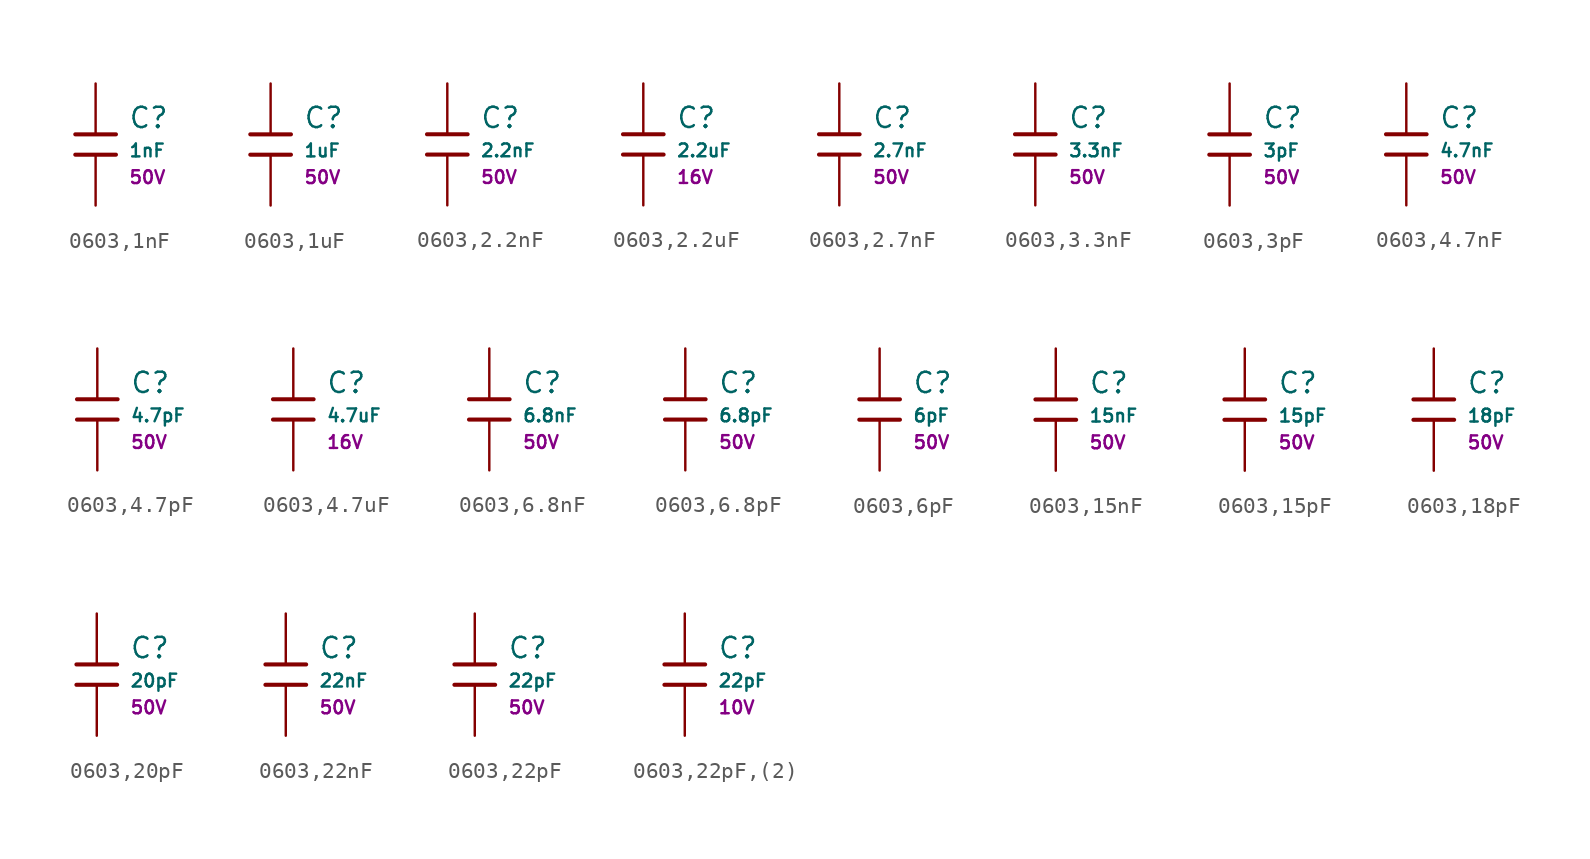
<source format=kicad_sym>
(kicad_symbol_lib
  (version 20231120)
  (generator "CDFER")
  (generator_version "8.0")
  (symbol "0603,1nF"
    (pin_numbers hide)
    (pin_names
      (offset 0))
    (property "Reference" "C"
      (at 2.032 1.668 0)
      (effects (font (size 1.27 1.27)) (justify left)))
    (property "Value" "1nF"
      (at 2.032 -0.378 0)
      (effects (font (size 0.8 0.8)) (justify left)))
    (property "Voltage Rated" "50V"
      (at 2.032 -2.046 0)
      (effects (font (size 0.8 0.8)) (justify left)))
    (symbol "0603,1nF_0_1"
      (polyline (pts (xy -1.27 0.635) (xy 1.27 0.635)) (stroke (width 0.254) (type default)) (fill (type none))))
    (symbol "0603,1nF_0_1"
      (polyline (pts (xy -1.27 -0.635) (xy 1.27 -0.635)) (stroke (width 0.254) (type default)) (fill (type none))))
    (symbol "0603,1nF_1_1"
      (pin passive line (at 0 3.81 270) (length 3.175) (name "~" (effects (font (size 1.27 1.27)))) (number "1" (effects (font (size 1.27 1.27)))))
      (pin passive line (at 0 -3.81 90) (length 3.175) (name "~" (effects (font (size 1.27 1.27)))) (number "2" (effects (font (size 1.27 1.27)))))))
  (symbol "0603,1uF"
    (pin_numbers hide)
    (pin_names
      (offset 0))
    (property "Reference" "C"
      (at 2.032 1.668 0)
      (effects (font (size 1.27 1.27)) (justify left)))
    (property "Value" "1uF"
      (at 2.032 -0.378 0)
      (effects (font (size 0.8 0.8)) (justify left)))
    (property "Voltage Rated" "50V"
      (at 2.032 -2.046 0)
      (effects (font (size 0.8 0.8)) (justify left)))
    (symbol "0603,1uF_0_1"
      (polyline (pts (xy -1.27 0.635) (xy 1.27 0.635)) (stroke (width 0.254) (type default)) (fill (type none))))
    (symbol "0603,1uF_0_1"
      (polyline (pts (xy -1.27 -0.635) (xy 1.27 -0.635)) (stroke (width 0.254) (type default)) (fill (type none))))
    (symbol "0603,1uF_1_1"
      (pin passive line (at 0 3.81 270) (length 3.175) (name "~" (effects (font (size 1.27 1.27)))) (number "1" (effects (font (size 1.27 1.27)))))
      (pin passive line (at 0 -3.81 90) (length 3.175) (name "~" (effects (font (size 1.27 1.27)))) (number "2" (effects (font (size 1.27 1.27)))))))
  (symbol "0603,2.2nF"
    (pin_numbers hide)
    (pin_names
      (offset 0))
    (property "Reference" "C"
      (at 2.032 1.668 0)
      (effects (font (size 1.27 1.27)) (justify left)))
    (property "Value" "2.2nF"
      (at 2.032 -0.378 0)
      (effects (font (size 0.8 0.8)) (justify left)))
    (property "Voltage Rated" "50V"
      (at 2.032 -2.046 0)
      (effects (font (size 0.8 0.8)) (justify left)))
    (symbol "0603,2.2nF_0_1"
      (polyline (pts (xy -1.27 0.635) (xy 1.27 0.635)) (stroke (width 0.254) (type default)) (fill (type none))))
    (symbol "0603,2.2nF_0_1"
      (polyline (pts (xy -1.27 -0.635) (xy 1.27 -0.635)) (stroke (width 0.254) (type default)) (fill (type none))))
    (symbol "0603,2.2nF_1_1"
      (pin passive line (at 0 3.81 270) (length 3.175) (name "~" (effects (font (size 1.27 1.27)))) (number "1" (effects (font (size 1.27 1.27)))))
      (pin passive line (at 0 -3.81 90) (length 3.175) (name "~" (effects (font (size 1.27 1.27)))) (number "2" (effects (font (size 1.27 1.27)))))))
  (symbol "0603,2.2uF"
    (pin_numbers hide)
    (pin_names
      (offset 0))
    (property "Reference" "C"
      (at 2.032 1.668 0)
      (effects (font (size 1.27 1.27)) (justify left)))
    (property "Value" "2.2uF"
      (at 2.032 -0.378 0)
      (effects (font (size 0.8 0.8)) (justify left)))
    (property "Voltage Rated" "16V"
      (at 2.032 -2.046 0)
      (effects (font (size 0.8 0.8)) (justify left)))
    (symbol "0603,2.2uF_0_1"
      (polyline (pts (xy -1.27 0.635) (xy 1.27 0.635)) (stroke (width 0.254) (type default)) (fill (type none))))
    (symbol "0603,2.2uF_0_1"
      (polyline (pts (xy -1.27 -0.635) (xy 1.27 -0.635)) (stroke (width 0.254) (type default)) (fill (type none))))
    (symbol "0603,2.2uF_1_1"
      (pin passive line (at 0 3.81 270) (length 3.175) (name "~" (effects (font (size 1.27 1.27)))) (number "1" (effects (font (size 1.27 1.27)))))
      (pin passive line (at 0 -3.81 90) (length 3.175) (name "~" (effects (font (size 1.27 1.27)))) (number "2" (effects (font (size 1.27 1.27)))))))
  (symbol "0603,2.7nF"
    (pin_numbers hide)
    (pin_names
      (offset 0))
    (property "Reference" "C"
      (at 2.032 1.668 0)
      (effects (font (size 1.27 1.27)) (justify left)))
    (property "Value" "2.7nF"
      (at 2.032 -0.378 0)
      (effects (font (size 0.8 0.8)) (justify left)))
    (property "Voltage Rated" "50V"
      (at 2.032 -2.046 0)
      (effects (font (size 0.8 0.8)) (justify left)))
    (symbol "0603,2.7nF_0_1"
      (polyline (pts (xy -1.27 0.635) (xy 1.27 0.635)) (stroke (width 0.254) (type default)) (fill (type none))))
    (symbol "0603,2.7nF_0_1"
      (polyline (pts (xy -1.27 -0.635) (xy 1.27 -0.635)) (stroke (width 0.254) (type default)) (fill (type none))))
    (symbol "0603,2.7nF_1_1"
      (pin passive line (at 0 3.81 270) (length 3.175) (name "~" (effects (font (size 1.27 1.27)))) (number "1" (effects (font (size 1.27 1.27)))))
      (pin passive line (at 0 -3.81 90) (length 3.175) (name "~" (effects (font (size 1.27 1.27)))) (number "2" (effects (font (size 1.27 1.27)))))))
  (symbol "0603,3.3nF"
    (pin_numbers hide)
    (pin_names
      (offset 0))
    (property "Reference" "C"
      (at 2.032 1.668 0)
      (effects (font (size 1.27 1.27)) (justify left)))
    (property "Value" "3.3nF"
      (at 2.032 -0.378 0)
      (effects (font (size 0.8 0.8)) (justify left)))
    (property "Voltage Rated" "50V"
      (at 2.032 -2.046 0)
      (effects (font (size 0.8 0.8)) (justify left)))
    (symbol "0603,3.3nF_0_1"
      (polyline (pts (xy -1.27 0.635) (xy 1.27 0.635)) (stroke (width 0.254) (type default)) (fill (type none))))
    (symbol "0603,3.3nF_0_1"
      (polyline (pts (xy -1.27 -0.635) (xy 1.27 -0.635)) (stroke (width 0.254) (type default)) (fill (type none))))
    (symbol "0603,3.3nF_1_1"
      (pin passive line (at 0 3.81 270) (length 3.175) (name "~" (effects (font (size 1.27 1.27)))) (number "1" (effects (font (size 1.27 1.27)))))
      (pin passive line (at 0 -3.81 90) (length 3.175) (name "~" (effects (font (size 1.27 1.27)))) (number "2" (effects (font (size 1.27 1.27)))))))
  (symbol "0603,3pF"
    (pin_numbers hide)
    (pin_names
      (offset 0))
    (property "Reference" "C"
      (at 2.032 1.668 0)
      (effects (font (size 1.27 1.27)) (justify left)))
    (property "Value" "3pF"
      (at 2.032 -0.378 0)
      (effects (font (size 0.8 0.8)) (justify left)))
    (property "Voltage Rated" "50V"
      (at 2.032 -2.046 0)
      (effects (font (size 0.8 0.8)) (justify left)))
    (symbol "0603,3pF_0_1"
      (polyline (pts (xy -1.27 0.635) (xy 1.27 0.635)) (stroke (width 0.254) (type default)) (fill (type none))))
    (symbol "0603,3pF_0_1"
      (polyline (pts (xy -1.27 -0.635) (xy 1.27 -0.635)) (stroke (width 0.254) (type default)) (fill (type none))))
    (symbol "0603,3pF_1_1"
      (pin passive line (at 0 3.81 270) (length 3.175) (name "~" (effects (font (size 1.27 1.27)))) (number "1" (effects (font (size 1.27 1.27)))))
      (pin passive line (at 0 -3.81 90) (length 3.175) (name "~" (effects (font (size 1.27 1.27)))) (number "2" (effects (font (size 1.27 1.27)))))))
  (symbol "0603,4.7nF"
    (pin_numbers hide)
    (pin_names
      (offset 0))
    (property "Reference" "C"
      (at 2.032 1.668 0)
      (effects (font (size 1.27 1.27)) (justify left)))
    (property "Value" "4.7nF"
      (at 2.032 -0.378 0)
      (effects (font (size 0.8 0.8)) (justify left)))
    (property "Voltage Rated" "50V"
      (at 2.032 -2.046 0)
      (effects (font (size 0.8 0.8)) (justify left)))
    (symbol "0603,4.7nF_0_1"
      (polyline (pts (xy -1.27 0.635) (xy 1.27 0.635)) (stroke (width 0.254) (type default)) (fill (type none))))
    (symbol "0603,4.7nF_0_1"
      (polyline (pts (xy -1.27 -0.635) (xy 1.27 -0.635)) (stroke (width 0.254) (type default)) (fill (type none))))
    (symbol "0603,4.7nF_1_1"
      (pin passive line (at 0 3.81 270) (length 3.175) (name "~" (effects (font (size 1.27 1.27)))) (number "1" (effects (font (size 1.27 1.27)))))
      (pin passive line (at 0 -3.81 90) (length 3.175) (name "~" (effects (font (size 1.27 1.27)))) (number "2" (effects (font (size 1.27 1.27)))))))
  (symbol "0603,4.7pF"
    (pin_numbers hide)
    (pin_names
      (offset 0))
    (property "Reference" "C"
      (at 2.032 1.668 0)
      (effects (font (size 1.27 1.27)) (justify left)))
    (property "Value" "4.7pF"
      (at 2.032 -0.378 0)
      (effects (font (size 0.8 0.8)) (justify left)))
    (property "Voltage Rated" "50V"
      (at 2.032 -2.046 0)
      (effects (font (size 0.8 0.8)) (justify left)))
    (symbol "0603,4.7pF_0_1"
      (polyline (pts (xy -1.27 0.635) (xy 1.27 0.635)) (stroke (width 0.254) (type default)) (fill (type none))))
    (symbol "0603,4.7pF_0_1"
      (polyline (pts (xy -1.27 -0.635) (xy 1.27 -0.635)) (stroke (width 0.254) (type default)) (fill (type none))))
    (symbol "0603,4.7pF_1_1"
      (pin passive line (at 0 3.81 270) (length 3.175) (name "~" (effects (font (size 1.27 1.27)))) (number "1" (effects (font (size 1.27 1.27)))))
      (pin passive line (at 0 -3.81 90) (length 3.175) (name "~" (effects (font (size 1.27 1.27)))) (number "2" (effects (font (size 1.27 1.27)))))))
  (symbol "0603,4.7uF"
    (pin_numbers hide)
    (pin_names
      (offset 0))
    (property "Reference" "C"
      (at 2.032 1.668 0)
      (effects (font (size 1.27 1.27)) (justify left)))
    (property "Value" "4.7uF"
      (at 2.032 -0.378 0)
      (effects (font (size 0.8 0.8)) (justify left)))
    (property "Voltage Rated" "16V"
      (at 2.032 -2.046 0)
      (effects (font (size 0.8 0.8)) (justify left)))
    (symbol "0603,4.7uF_0_1"
      (polyline (pts (xy -1.27 0.635) (xy 1.27 0.635)) (stroke (width 0.254) (type default)) (fill (type none))))
    (symbol "0603,4.7uF_0_1"
      (polyline (pts (xy -1.27 -0.635) (xy 1.27 -0.635)) (stroke (width 0.254) (type default)) (fill (type none))))
    (symbol "0603,4.7uF_1_1"
      (pin passive line (at 0 3.81 270) (length 3.175) (name "~" (effects (font (size 1.27 1.27)))) (number "1" (effects (font (size 1.27 1.27)))))
      (pin passive line (at 0 -3.81 90) (length 3.175) (name "~" (effects (font (size 1.27 1.27)))) (number "2" (effects (font (size 1.27 1.27)))))))
  (symbol "0603,6.8nF"
    (pin_numbers hide)
    (pin_names
      (offset 0))
    (property "Reference" "C"
      (at 2.032 1.668 0)
      (effects (font (size 1.27 1.27)) (justify left)))
    (property "Value" "6.8nF"
      (at 2.032 -0.378 0)
      (effects (font (size 0.8 0.8)) (justify left)))
    (property "Voltage Rated" "50V"
      (at 2.032 -2.046 0)
      (effects (font (size 0.8 0.8)) (justify left)))
    (symbol "0603,6.8nF_0_1"
      (polyline (pts (xy -1.27 0.635) (xy 1.27 0.635)) (stroke (width 0.254) (type default)) (fill (type none))))
    (symbol "0603,6.8nF_0_1"
      (polyline (pts (xy -1.27 -0.635) (xy 1.27 -0.635)) (stroke (width 0.254) (type default)) (fill (type none))))
    (symbol "0603,6.8nF_1_1"
      (pin passive line (at 0 3.81 270) (length 3.175) (name "~" (effects (font (size 1.27 1.27)))) (number "1" (effects (font (size 1.27 1.27)))))
      (pin passive line (at 0 -3.81 90) (length 3.175) (name "~" (effects (font (size 1.27 1.27)))) (number "2" (effects (font (size 1.27 1.27)))))))
  (symbol "0603,6.8pF"
    (pin_numbers hide)
    (pin_names
      (offset 0))
    (property "Reference" "C"
      (at 2.032 1.668 0)
      (effects (font (size 1.27 1.27)) (justify left)))
    (property "Value" "6.8pF"
      (at 2.032 -0.378 0)
      (effects (font (size 0.8 0.8)) (justify left)))
    (property "Voltage Rated" "50V"
      (at 2.032 -2.046 0)
      (effects (font (size 0.8 0.8)) (justify left)))
    (symbol "0603,6.8pF_0_1"
      (polyline (pts (xy -1.27 0.635) (xy 1.27 0.635)) (stroke (width 0.254) (type default)) (fill (type none))))
    (symbol "0603,6.8pF_0_1"
      (polyline (pts (xy -1.27 -0.635) (xy 1.27 -0.635)) (stroke (width 0.254) (type default)) (fill (type none))))
    (symbol "0603,6.8pF_1_1"
      (pin passive line (at 0 3.81 270) (length 3.175) (name "~" (effects (font (size 1.27 1.27)))) (number "1" (effects (font (size 1.27 1.27)))))
      (pin passive line (at 0 -3.81 90) (length 3.175) (name "~" (effects (font (size 1.27 1.27)))) (number "2" (effects (font (size 1.27 1.27)))))))
  (symbol "0603,6pF"
    (pin_numbers hide)
    (pin_names
      (offset 0))
    (property "Reference" "C"
      (at 2.032 1.668 0)
      (effects (font (size 1.27 1.27)) (justify left)))
    (property "Value" "6pF"
      (at 2.032 -0.378 0)
      (effects (font (size 0.8 0.8)) (justify left)))
    (property "Voltage Rated" "50V"
      (at 2.032 -2.046 0)
      (effects (font (size 0.8 0.8)) (justify left)))
    (symbol "0603,6pF_0_1"
      (polyline (pts (xy -1.27 0.635) (xy 1.27 0.635)) (stroke (width 0.254) (type default)) (fill (type none))))
    (symbol "0603,6pF_0_1"
      (polyline (pts (xy -1.27 -0.635) (xy 1.27 -0.635)) (stroke (width 0.254) (type default)) (fill (type none))))
    (symbol "0603,6pF_1_1"
      (pin passive line (at 0 3.81 270) (length 3.175) (name "~" (effects (font (size 1.27 1.27)))) (number "1" (effects (font (size 1.27 1.27)))))
      (pin passive line (at 0 -3.81 90) (length 3.175) (name "~" (effects (font (size 1.27 1.27)))) (number "2" (effects (font (size 1.27 1.27)))))))
  (symbol "0603,15nF"
    (pin_numbers hide)
    (pin_names
      (offset 0))
    (property "Reference" "C"
      (at 2.032 1.668 0)
      (effects (font (size 1.27 1.27)) (justify left)))
    (property "Value" "15nF"
      (at 2.032 -0.378 0)
      (effects (font (size 0.8 0.8)) (justify left)))
    (property "Voltage Rated" "50V"
      (at 2.032 -2.046 0)
      (effects (font (size 0.8 0.8)) (justify left)))
    (symbol "0603,15nF_0_1"
      (polyline (pts (xy -1.27 0.635) (xy 1.27 0.635)) (stroke (width 0.254) (type default)) (fill (type none))))
    (symbol "0603,15nF_0_1"
      (polyline (pts (xy -1.27 -0.635) (xy 1.27 -0.635)) (stroke (width 0.254) (type default)) (fill (type none))))
    (symbol "0603,15nF_1_1"
      (pin passive line (at 0 3.81 270) (length 3.175) (name "~" (effects (font (size 1.27 1.27)))) (number "1" (effects (font (size 1.27 1.27)))))
      (pin passive line (at 0 -3.81 90) (length 3.175) (name "~" (effects (font (size 1.27 1.27)))) (number "2" (effects (font (size 1.27 1.27)))))))
  (symbol "0603,15pF"
    (pin_numbers hide)
    (pin_names
      (offset 0))
    (property "Reference" "C"
      (at 2.032 1.668 0)
      (effects (font (size 1.27 1.27)) (justify left)))
    (property "Value" "15pF"
      (at 2.032 -0.378 0)
      (effects (font (size 0.8 0.8)) (justify left)))
    (property "Voltage Rated" "50V"
      (at 2.032 -2.046 0)
      (effects (font (size 0.8 0.8)) (justify left)))
    (symbol "0603,15pF_0_1"
      (polyline (pts (xy -1.27 0.635) (xy 1.27 0.635)) (stroke (width 0.254) (type default)) (fill (type none))))
    (symbol "0603,15pF_0_1"
      (polyline (pts (xy -1.27 -0.635) (xy 1.27 -0.635)) (stroke (width 0.254) (type default)) (fill (type none))))
    (symbol "0603,15pF_1_1"
      (pin passive line (at 0 3.81 270) (length 3.175) (name "~" (effects (font (size 1.27 1.27)))) (number "1" (effects (font (size 1.27 1.27)))))
      (pin passive line (at 0 -3.81 90) (length 3.175) (name "~" (effects (font (size 1.27 1.27)))) (number "2" (effects (font (size 1.27 1.27)))))))
  (symbol "0603,18pF"
    (pin_numbers hide)
    (pin_names
      (offset 0))
    (property "Reference" "C"
      (at 2.032 1.668 0)
      (effects (font (size 1.27 1.27)) (justify left)))
    (property "Value" "18pF"
      (at 2.032 -0.378 0)
      (effects (font (size 0.8 0.8)) (justify left)))
    (property "Voltage Rated" "50V"
      (at 2.032 -2.046 0)
      (effects (font (size 0.8 0.8)) (justify left)))
    (symbol "0603,18pF_0_1"
      (polyline (pts (xy -1.27 0.635) (xy 1.27 0.635)) (stroke (width 0.254) (type default)) (fill (type none))))
    (symbol "0603,18pF_0_1"
      (polyline (pts (xy -1.27 -0.635) (xy 1.27 -0.635)) (stroke (width 0.254) (type default)) (fill (type none))))
    (symbol "0603,18pF_1_1"
      (pin passive line (at 0 3.81 270) (length 3.175) (name "~" (effects (font (size 1.27 1.27)))) (number "1" (effects (font (size 1.27 1.27)))))
      (pin passive line (at 0 -3.81 90) (length 3.175) (name "~" (effects (font (size 1.27 1.27)))) (number "2" (effects (font (size 1.27 1.27)))))))
  (symbol "0603,20pF"
    (pin_numbers hide)
    (pin_names
      (offset 0))
    (property "Reference" "C"
      (at 2.032 1.668 0)
      (effects (font (size 1.27 1.27)) (justify left)))
    (property "Value" "20pF"
      (at 2.032 -0.378 0)
      (effects (font (size 0.8 0.8)) (justify left)))
    (property "Voltage Rated" "50V"
      (at 2.032 -2.046 0)
      (effects (font (size 0.8 0.8)) (justify left)))
    (symbol "0603,20pF_0_1"
      (polyline (pts (xy -1.27 0.635) (xy 1.27 0.635)) (stroke (width 0.254) (type default)) (fill (type none))))
    (symbol "0603,20pF_0_1"
      (polyline (pts (xy -1.27 -0.635) (xy 1.27 -0.635)) (stroke (width 0.254) (type default)) (fill (type none))))
    (symbol "0603,20pF_1_1"
      (pin passive line (at 0 3.81 270) (length 3.175) (name "~" (effects (font (size 1.27 1.27)))) (number "1" (effects (font (size 1.27 1.27)))))
      (pin passive line (at 0 -3.81 90) (length 3.175) (name "~" (effects (font (size 1.27 1.27)))) (number "2" (effects (font (size 1.27 1.27)))))))
  (symbol "0603,22nF"
    (pin_numbers hide)
    (pin_names
      (offset 0))
    (property "Reference" "C"
      (at 2.032 1.668 0)
      (effects (font (size 1.27 1.27)) (justify left)))
    (property "Value" "22nF"
      (at 2.032 -0.378 0)
      (effects (font (size 0.8 0.8)) (justify left)))
    (property "Voltage Rated" "50V"
      (at 2.032 -2.046 0)
      (effects (font (size 0.8 0.8)) (justify left)))
    (symbol "0603,22nF_0_1"
      (polyline (pts (xy -1.27 0.635) (xy 1.27 0.635)) (stroke (width 0.254) (type default)) (fill (type none))))
    (symbol "0603,22nF_0_1"
      (polyline (pts (xy -1.27 -0.635) (xy 1.27 -0.635)) (stroke (width 0.254) (type default)) (fill (type none))))
    (symbol "0603,22nF_1_1"
      (pin passive line (at 0 3.81 270) (length 3.175) (name "~" (effects (font (size 1.27 1.27)))) (number "1" (effects (font (size 1.27 1.27)))))
      (pin passive line (at 0 -3.81 90) (length 3.175) (name "~" (effects (font (size 1.27 1.27)))) (number "2" (effects (font (size 1.27 1.27)))))))
  (symbol "0603,22pF"
    (pin_numbers hide)
    (pin_names
      (offset 0))
    (property "Reference" "C"
      (at 2.032 1.668 0)
      (effects (font (size 1.27 1.27)) (justify left)))
    (property "Value" "22pF"
      (at 2.032 -0.378 0)
      (effects (font (size 0.8 0.8)) (justify left)))
    (property "Voltage Rated" "50V"
      (at 2.032 -2.046 0)
      (effects (font (size 0.8 0.8)) (justify left)))
    (symbol "0603,22pF_0_1"
      (polyline (pts (xy -1.27 0.635) (xy 1.27 0.635)) (stroke (width 0.254) (type default)) (fill (type none))))
    (symbol "0603,22pF_0_1"
      (polyline (pts (xy -1.27 -0.635) (xy 1.27 -0.635)) (stroke (width 0.254) (type default)) (fill (type none))))
    (symbol "0603,22pF_1_1"
      (pin passive line (at 0 3.81 270) (length 3.175) (name "~" (effects (font (size 1.27 1.27)))) (number "1" (effects (font (size 1.27 1.27)))))
      (pin passive line (at 0 -3.81 90) (length 3.175) (name "~" (effects (font (size 1.27 1.27)))) (number "2" (effects (font (size 1.27 1.27)))))))
  (symbol "0603,22pF,(2)"
    (pin_numbers hide)
    (pin_names
      (offset 0))
    (property "Reference" "C"
      (at 2.032 1.668 0)
      (effects (font (size 1.27 1.27)) (justify left)))
    (property "Value" "22pF"
      (at 2.032 -0.378 0)
      (effects (font (size 0.8 0.8)) (justify left)))
    (property "Voltage Rated" "10V"
      (at 2.032 -2.046 0)
      (effects (font (size 0.8 0.8)) (justify left)))
    (symbol "0603,22pF,(2)_0_1"
      (polyline (pts (xy -1.27 0.635) (xy 1.27 0.635)) (stroke (width 0.254) (type default)) (fill (type none))))
    (symbol "0603,22pF,(2)_0_1"
      (polyline (pts (xy -1.27 -0.635) (xy 1.27 -0.635)) (stroke (width 0.254) (type default)) (fill (type none))))
    (symbol "0603,22pF,(2)_1_1"
      (pin passive line (at 0 3.81 270) (length 3.175) (name "~" (effects (font (size 1.27 1.27)))) (number "1" (effects (font (size 1.27 1.27)))))
      (pin passive line (at 0 -3.81 90) (length 3.175) (name "~" (effects (font (size 1.27 1.27)))) (number "2" (effects (font (size 1.27 1.27))))))))
</source>
